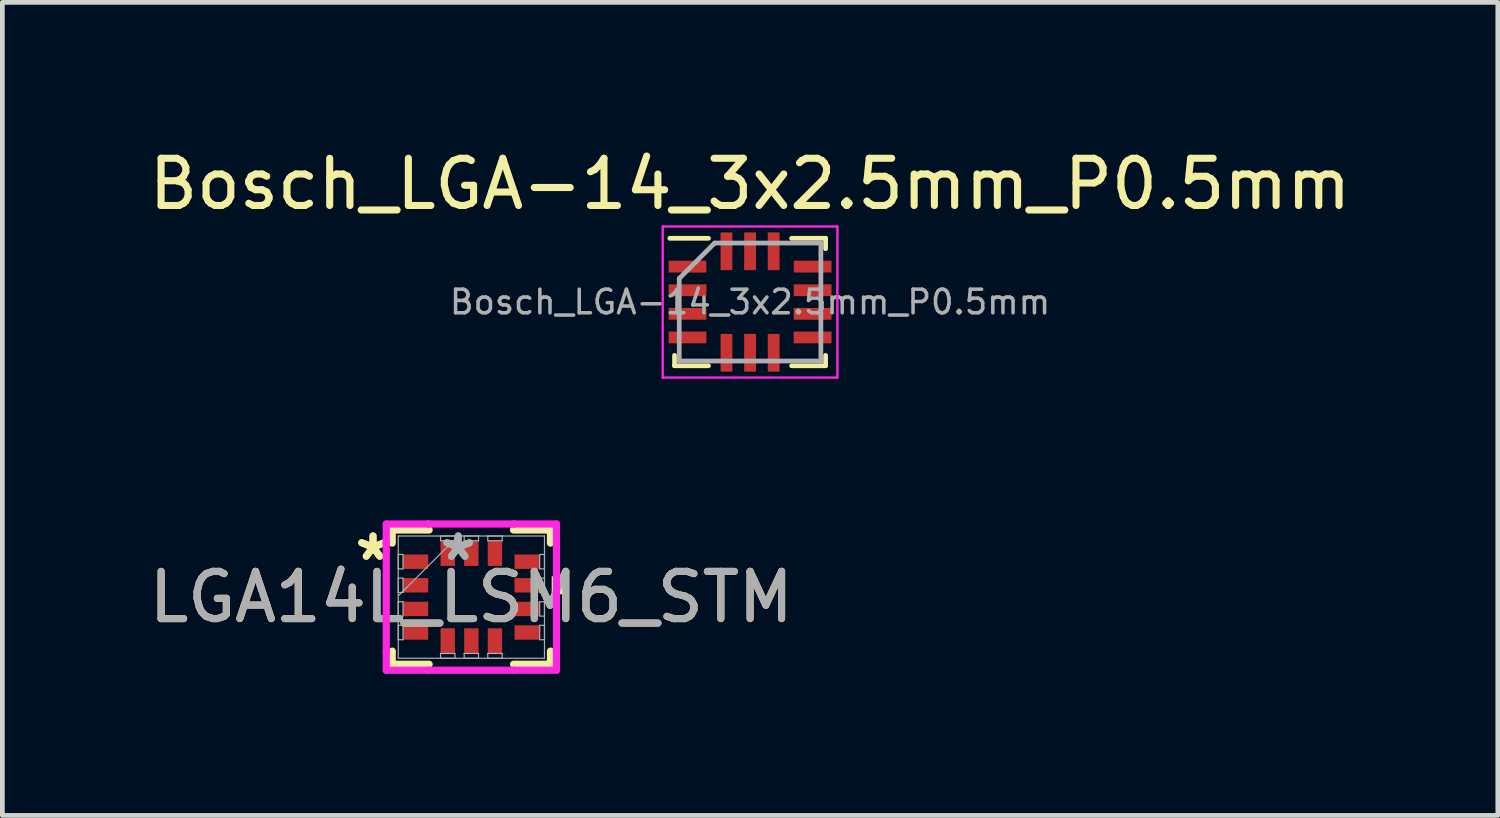
<source format=kicad_pcb>
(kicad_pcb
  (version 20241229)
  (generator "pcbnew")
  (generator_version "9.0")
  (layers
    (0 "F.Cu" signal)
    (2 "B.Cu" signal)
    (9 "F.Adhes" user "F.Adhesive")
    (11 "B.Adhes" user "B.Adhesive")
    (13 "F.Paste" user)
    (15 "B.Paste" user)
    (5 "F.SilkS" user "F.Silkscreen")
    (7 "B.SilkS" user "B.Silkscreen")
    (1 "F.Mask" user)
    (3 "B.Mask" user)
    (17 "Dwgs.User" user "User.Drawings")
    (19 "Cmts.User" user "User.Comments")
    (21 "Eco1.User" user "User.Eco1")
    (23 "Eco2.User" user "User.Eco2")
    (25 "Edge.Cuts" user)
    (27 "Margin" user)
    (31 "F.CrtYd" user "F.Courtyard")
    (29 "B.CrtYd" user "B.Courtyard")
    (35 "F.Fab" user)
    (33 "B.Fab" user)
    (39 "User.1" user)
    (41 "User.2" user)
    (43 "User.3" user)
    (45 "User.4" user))
  (footprint "Bosch_LGA-14_3x2.5mm_P0.5mm"
    (layer "F.Cu")
    (at 12.839 3.348)
    (property "Reference" "Bosch_LGA-14_3x2.5mm_P0.5mm" (at 0 -2.5 0) (layer "F.SilkS") (effects (font (size 1 1) (thickness 0.15))))
    (attr smd)
    (fp_line (start -1.7 -1.35) (end -0.88 -1.35) (stroke (width 0.1) (type solid)) (layer "F.SilkS"))
    (fp_line (start -1.6 1.35) (end -1.6 1.13) (stroke (width 0.1) (type solid)) (layer "F.SilkS"))
    (fp_line (start -1.6 1.35) (end -0.88 1.35) (stroke (width 0.1) (type solid)) (layer "F.SilkS"))
    (fp_line (start 0.88 -1.35) (end 1.6 -1.35) (stroke (width 0.1) (type solid)) (layer "F.SilkS"))
    (fp_line (start 1.6 -1.35) (end 1.6 -1.13) (stroke (width 0.1) (type solid)) (layer "F.SilkS"))
    (fp_line (start 1.6 1.13) (end 1.6 1.35) (stroke (width 0.1) (type solid)) (layer "F.SilkS"))
    (fp_line (start 1.6 1.35) (end 0.88 1.35) (stroke (width 0.1) (type solid)) (layer "F.SilkS"))
    (fp_line (start -1.85 -1.6) (end 1.85 -1.6) (stroke (width 0.05) (type solid)) (layer "F.CrtYd"))
    (fp_line (start -1.85 1.6) (end -1.85 -1.6) (stroke (width 0.05) (type solid)) (layer "F.CrtYd"))
    (fp_line (start 1.85 -1.6) (end 1.85 1.6) (stroke (width 0.05) (type solid)) (layer "F.CrtYd"))
    (fp_line (start 1.85 1.6) (end -1.85 1.6) (stroke (width 0.05) (type solid)) (layer "F.CrtYd"))
    (fp_line (start -1.5 1.25) (end -1.5 -0.5) (stroke (width 0.1) (type solid)) (layer "F.Fab"))
    (fp_line (start -0.75 -1.25) (end -1.5 -0.5) (stroke (width 0.1) (type solid)) (layer "F.Fab"))
    (fp_line (start -0.75 -1.25) (end 1.5 -1.25) (stroke (width 0.1) (type solid)) (layer "F.Fab"))
    (fp_line (start 1.5 -1.25) (end 1.5 1.25) (stroke (width 0.1) (type solid)) (layer "F.Fab"))
    (fp_line (start 1.5 1.25) (end -1.5 1.25) (stroke (width 0.1) (type solid)) (layer "F.Fab"))
    (fp_text user "${REFERENCE}" (at 0 0 0) (layer "F.Fab") (effects (font (size 0.5 0.5) (thickness 0.075))))
    (pad "1" smd rect (at -1.325 -0.75) (size 0.8 0.25) (layers "F.Cu" "F.Mask" "F.Paste"))
    (pad "2" smd rect (at -1.325 -0.25) (size 0.8 0.25) (layers "F.Cu" "F.Mask" "F.Paste"))
    (pad "3" smd rect (at -1.325 0.25) (size 0.8 0.25) (layers "F.Cu" "F.Mask" "F.Paste"))
    (pad "4" smd rect (at -1.325 0.75) (size 0.8 0.25) (layers "F.Cu" "F.Mask" "F.Paste"))
    (pad "5" smd rect (at -0.5 1.075) (size 0.25 0.8) (layers "F.Cu" "F.Mask" "F.Paste"))
    (pad "6" smd rect (at 0 1.075) (size 0.25 0.8) (layers "F.Cu" "F.Mask" "F.Paste"))
    (pad "7" smd rect (at 0.5 1.075) (size 0.25 0.8) (layers "F.Cu" "F.Mask" "F.Paste"))
    (pad "8" smd rect (at 1.325 0.75) (size 0.8 0.25) (layers "F.Cu" "F.Mask" "F.Paste"))
    (pad "9" smd rect (at 1.325 0.25) (size 0.8 0.25) (layers "F.Cu" "F.Mask" "F.Paste"))
    (pad "10" smd rect (at 1.325 -0.25) (size 0.8 0.25) (layers "F.Cu" "F.Mask" "F.Paste"))
    (pad "11" smd rect (at 1.325 -0.75) (size 0.8 0.25) (layers "F.Cu" "F.Mask" "F.Paste"))
    (pad "12" smd rect (at 0.5 -1.075) (size 0.25 0.8) (layers "F.Cu" "F.Mask" "F.Paste"))
    (pad "13" smd rect (at 0 -1.075) (size 0.25 0.8) (layers "F.Cu" "F.Mask" "F.Paste"))
    (pad "14" smd rect (at -0.5 -1.075) (size 0.25 0.8) (layers "F.Cu" "F.Mask" "F.Paste")))
  (footprint "LGA14L_LSM6_STM"
    (layer "F.Cu")
    (at 6.935 9.599)
    (property "Reference" "LGA14L_LSM6_STM" (at 0 0 0) (unlocked yes) (layer "F.SilkS") (effects (font (size 1 1) (thickness 0.15))))
    (attr smd)
    (fp_line (start -1.676 -1.422) (end -1.676 -1.144) (stroke (width 0.152) (type solid)) (layer "F.SilkS"))
    (fp_line (start -1.676 1.144) (end -1.676 1.422) (stroke (width 0.152) (type solid)) (layer "F.SilkS"))
    (fp_line (start -1.676 1.422) (end -0.894 1.422) (stroke (width 0.152) (type solid)) (layer "F.SilkS"))
    (fp_line (start -0.894 -1.422) (end -1.676 -1.422) (stroke (width 0.152) (type solid)) (layer "F.SilkS"))
    (fp_line (start 0.894 1.422) (end 1.676 1.422) (stroke (width 0.152) (type solid)) (layer "F.SilkS"))
    (fp_line (start 1.676 -1.422) (end 0.894 -1.422) (stroke (width 0.152) (type solid)) (layer "F.SilkS"))
    (fp_line (start 1.676 -1.144) (end 1.676 -1.422) (stroke (width 0.152) (type solid)) (layer "F.SilkS"))
    (fp_line (start 1.676 1.422) (end 1.676 1.144) (stroke (width 0.152) (type solid)) (layer "F.SilkS"))
    (fp_poly (pts (xy 1.956 -0.441) (xy 1.956 -0.06) (xy 1.702 -0.06) (xy 1.702 -0.441)) (stroke (width 0) (type solid)) (fill yes) (layer "F.SilkS"))
    (fp_line (start -1.803 -1.549) (end -0.907 -1.549) (stroke (width 0.152) (type solid)) (layer "F.CrtYd"))
    (fp_line (start -1.803 -1.157) (end -1.803 -1.549) (stroke (width 0.152) (type solid)) (layer "F.CrtYd"))
    (fp_line (start -1.803 -1.157) (end -1.803 -1.157) (stroke (width 0.152) (type solid)) (layer "F.CrtYd"))
    (fp_line (start -1.803 1.157) (end -1.803 -1.157) (stroke (width 0.152) (type solid)) (layer "F.CrtYd"))
    (fp_line (start -1.803 1.157) (end -1.803 1.157) (stroke (width 0.152) (type solid)) (layer "F.CrtYd"))
    (fp_line (start -1.803 1.549) (end -1.803 1.157) (stroke (width 0.152) (type solid)) (layer "F.CrtYd"))
    (fp_line (start -0.907 -1.549) (end -0.907 -1.549) (stroke (width 0.152) (type solid)) (layer "F.CrtYd"))
    (fp_line (start -0.907 -1.549) (end 0.907 -1.549) (stroke (width 0.152) (type solid)) (layer "F.CrtYd"))
    (fp_line (start -0.907 1.549) (end -1.803 1.549) (stroke (width 0.152) (type solid)) (layer "F.CrtYd"))
    (fp_line (start -0.907 1.549) (end -0.907 1.549) (stroke (width 0.152) (type solid)) (layer "F.CrtYd"))
    (fp_line (start 0.907 -1.549) (end 0.907 -1.549) (stroke (width 0.152) (type solid)) (layer "F.CrtYd"))
    (fp_line (start 0.907 -1.549) (end 1.803 -1.549) (stroke (width 0.152) (type solid)) (layer "F.CrtYd"))
    (fp_line (start 0.907 1.549) (end -0.907 1.549) (stroke (width 0.152) (type solid)) (layer "F.CrtYd"))
    (fp_line (start 0.907 1.549) (end 0.907 1.549) (stroke (width 0.152) (type solid)) (layer "F.CrtYd"))
    (fp_line (start 1.803 -1.549) (end 1.803 -1.157) (stroke (width 0.152) (type solid)) (layer "F.CrtYd"))
    (fp_line (start 1.803 -1.157) (end 1.803 -1.157) (stroke (width 0.152) (type solid)) (layer "F.CrtYd"))
    (fp_line (start 1.803 -1.157) (end 1.803 1.157) (stroke (width 0.152) (type solid)) (layer "F.CrtYd"))
    (fp_line (start 1.803 1.157) (end 1.803 1.157) (stroke (width 0.152) (type solid)) (layer "F.CrtYd"))
    (fp_line (start 1.803 1.157) (end 1.803 1.549) (stroke (width 0.152) (type solid)) (layer "F.CrtYd"))
    (fp_line (start 1.803 1.549) (end 0.907 1.549) (stroke (width 0.152) (type solid)) (layer "F.CrtYd"))
    (fp_line (start -1.549 -1.295) (end -1.549 1.295) (stroke (width 0.025) (type solid)) (layer "F.Fab"))
    (fp_line (start -1.549 -0.903) (end -1.448 -0.903) (stroke (width 0.025) (type solid)) (layer "F.Fab"))
    (fp_line (start -1.549 -0.598) (end -1.549 -0.903) (stroke (width 0.025) (type solid)) (layer "F.Fab"))
    (fp_line (start -1.549 -0.402) (end -1.448 -0.402) (stroke (width 0.025) (type solid)) (layer "F.Fab"))
    (fp_line (start -1.549 -0.098) (end -1.549 -0.402) (stroke (width 0.025) (type solid)) (layer "F.Fab"))
    (fp_line (start -1.549 -0.025) (end -0.279 -1.295) (stroke (width 0.025) (type solid)) (layer "F.Fab"))
    (fp_line (start -1.549 0.098) (end -1.448 0.098) (stroke (width 0.025) (type solid)) (layer "F.Fab"))
    (fp_line (start -1.549 0.402) (end -1.549 0.098) (stroke (width 0.025) (type solid)) (layer "F.Fab"))
    (fp_line (start -1.549 0.598) (end -1.448 0.598) (stroke (width 0.025) (type solid)) (layer "F.Fab"))
    (fp_line (start -1.549 0.903) (end -1.549 0.598) (stroke (width 0.025) (type solid)) (layer "F.Fab"))
    (fp_line (start -1.549 1.295) (end 1.549 1.295) (stroke (width 0.025) (type solid)) (layer "F.Fab"))
    (fp_line (start -1.448 -0.903) (end -1.448 -0.598) (stroke (width 0.025) (type solid)) (layer "F.Fab"))
    (fp_line (start -1.448 -0.598) (end -1.549 -0.598) (stroke (width 0.025) (type solid)) (layer "F.Fab"))
    (fp_line (start -1.448 -0.402) (end -1.448 -0.098) (stroke (width 0.025) (type solid)) (layer "F.Fab"))
    (fp_line (start -1.448 -0.098) (end -1.549 -0.098) (stroke (width 0.025) (type solid)) (layer "F.Fab"))
    (fp_line (start -1.448 0.098) (end -1.448 0.402) (stroke (width 0.025) (type solid)) (layer "F.Fab"))
    (fp_line (start -1.448 0.402) (end -1.549 0.402) (stroke (width 0.025) (type solid)) (layer "F.Fab"))
    (fp_line (start -1.448 0.598) (end -1.448 0.903) (stroke (width 0.025) (type solid)) (layer "F.Fab"))
    (fp_line (start -1.448 0.903) (end -1.549 0.903) (stroke (width 0.025) (type solid)) (layer "F.Fab"))
    (fp_line (start -0.653 -1.295) (end -0.348 -1.295) (stroke (width 0.025) (type solid)) (layer "F.Fab"))
    (fp_line (start -0.653 -1.194) (end -0.653 -1.295) (stroke (width 0.025) (type solid)) (layer "F.Fab"))
    (fp_line (start -0.653 1.194) (end -0.348 1.194) (stroke (width 0.025) (type solid)) (layer "F.Fab"))
    (fp_line (start -0.653 1.295) (end -0.653 1.194) (stroke (width 0.025) (type solid)) (layer "F.Fab"))
    (fp_line (start -0.348 -1.295) (end -0.348 -1.194) (stroke (width 0.025) (type solid)) (layer "F.Fab"))
    (fp_line (start -0.348 -1.194) (end -0.653 -1.194) (stroke (width 0.025) (type solid)) (layer "F.Fab"))
    (fp_line (start -0.348 1.194) (end -0.348 1.295) (stroke (width 0.025) (type solid)) (layer "F.Fab"))
    (fp_line (start -0.348 1.295) (end -0.653 1.295) (stroke (width 0.025) (type solid)) (layer "F.Fab"))
    (fp_line (start -0.152 -1.295) (end 0.152 -1.295) (stroke (width 0.025) (type solid)) (layer "F.Fab"))
    (fp_line (start -0.152 -1.194) (end -0.152 -1.295) (stroke (width 0.025) (type solid)) (layer "F.Fab"))
    (fp_line (start -0.152 1.194) (end 0.152 1.194) (stroke (width 0.025) (type solid)) (layer "F.Fab"))
    (fp_line (start -0.152 1.295) (end -0.152 1.194) (stroke (width 0.025) (type solid)) (layer "F.Fab"))
    (fp_line (start 0.152 -1.295) (end 0.152 -1.194) (stroke (width 0.025) (type solid)) (layer "F.Fab"))
    (fp_line (start 0.152 -1.194) (end -0.152 -1.194) (stroke (width 0.025) (type solid)) (layer "F.Fab"))
    (fp_line (start 0.152 1.194) (end 0.152 1.295) (stroke (width 0.025) (type solid)) (layer "F.Fab"))
    (fp_line (start 0.152 1.295) (end -0.152 1.295) (stroke (width 0.025) (type solid)) (layer "F.Fab"))
    (fp_line (start 0.348 -1.295) (end 0.653 -1.295) (stroke (width 0.025) (type solid)) (layer "F.Fab"))
    (fp_line (start 0.348 -1.194) (end 0.348 -1.295) (stroke (width 0.025) (type solid)) (layer "F.Fab"))
    (fp_line (start 0.348 1.194) (end 0.653 1.194) (stroke (width 0.025) (type solid)) (layer "F.Fab"))
    (fp_line (start 0.348 1.295) (end 0.348 1.194) (stroke (width 0.025) (type solid)) (layer "F.Fab"))
    (fp_line (start 0.653 -1.295) (end 0.653 -1.194) (stroke (width 0.025) (type solid)) (layer "F.Fab"))
    (fp_line (start 0.653 -1.194) (end 0.348 -1.194) (stroke (width 0.025) (type solid)) (layer "F.Fab"))
    (fp_line (start 0.653 1.194) (end 0.653 1.295) (stroke (width 0.025) (type solid)) (layer "F.Fab"))
    (fp_line (start 0.653 1.295) (end 0.348 1.295) (stroke (width 0.025) (type solid)) (layer "F.Fab"))
    (fp_line (start 1.448 -0.903) (end 1.549 -0.903) (stroke (width 0.025) (type solid)) (layer "F.Fab"))
    (fp_line (start 1.448 -0.598) (end 1.448 -0.903) (stroke (width 0.025) (type solid)) (layer "F.Fab"))
    (fp_line (start 1.448 -0.402) (end 1.549 -0.402) (stroke (width 0.025) (type solid)) (layer "F.Fab"))
    (fp_line (start 1.448 -0.098) (end 1.448 -0.402) (stroke (width 0.025) (type solid)) (layer "F.Fab"))
    (fp_line (start 1.448 0.098) (end 1.549 0.098) (stroke (width 0.025) (type solid)) (layer "F.Fab"))
    (fp_line (start 1.448 0.402) (end 1.448 0.098) (stroke (width 0.025) (type solid)) (layer "F.Fab"))
    (fp_line (start 1.448 0.598) (end 1.549 0.598) (stroke (width 0.025) (type solid)) (layer "F.Fab"))
    (fp_line (start 1.448 0.903) (end 1.448 0.598) (stroke (width 0.025) (type solid)) (layer "F.Fab"))
    (fp_line (start 1.549 -1.295) (end -1.549 -1.295) (stroke (width 0.025) (type solid)) (layer "F.Fab"))
    (fp_line (start 1.549 -0.903) (end 1.549 -0.598) (stroke (width 0.025) (type solid)) (layer "F.Fab"))
    (fp_line (start 1.549 -0.598) (end 1.448 -0.598) (stroke (width 0.025) (type solid)) (layer "F.Fab"))
    (fp_line (start 1.549 -0.402) (end 1.549 -0.098) (stroke (width 0.025) (type solid)) (layer "F.Fab"))
    (fp_line (start 1.549 -0.098) (end 1.448 -0.098) (stroke (width 0.025) (type solid)) (layer "F.Fab"))
    (fp_line (start 1.549 0.098) (end 1.549 0.402) (stroke (width 0.025) (type solid)) (layer "F.Fab"))
    (fp_line (start 1.549 0.402) (end 1.448 0.402) (stroke (width 0.025) (type solid)) (layer "F.Fab"))
    (fp_line (start 1.549 0.598) (end 1.549 0.903) (stroke (width 0.025) (type solid)) (layer "F.Fab"))
    (fp_line (start 1.549 0.903) (end 1.448 0.903) (stroke (width 0.025) (type solid)) (layer "F.Fab"))
    (fp_line (start 1.549 1.295) (end 1.549 -1.295) (stroke (width 0.025) (type solid)) (layer "F.Fab"))
    (fp_text user "*" (at -2.083 -0.75 0) (layer "F.SilkS") (effects (font (size 1 1) (thickness 0.15))))
    (fp_text user "*" (at -2.083 -0.75 0) (unlocked yes) (layer "F.SilkS") (effects (font (size 1 1) (thickness 0.15))))
    (fp_text user "*" (at -0.279 -0.75 0) (layer "F.Fab") (effects (font (size 1 1) (thickness 0.15))))
    (fp_text user "*" (at -0.279 -0.75 0) (unlocked yes) (layer "F.Fab") (effects (font (size 1 1) (thickness 0.15))))
    (fp_text user "${REFERENCE}" (at 0 0 0) (unlocked yes) (layer "F.Fab") (effects (font (size 1 1) (thickness 0.15))))
    (pad "1" smd rect (at -1.181 -0.75 90) (size 0.305 0.533) (layers "F.Cu" "F.Mask" "F.Paste"))
    (pad "2" smd rect (at -1.181 -0.25 90) (size 0.305 0.533) (layers "F.Cu" "F.Mask" "F.Paste"))
    (pad "3" smd rect (at -1.181 0.25 90) (size 0.305 0.533) (layers "F.Cu" "F.Mask" "F.Paste"))
    (pad "4" smd rect (at -1.181 0.75 90) (size 0.305 0.533) (layers "F.Cu" "F.Mask" "F.Paste"))
    (pad "5" smd rect (at -0.5 0.927) (size 0.305 0.533) (layers "F.Cu" "F.Mask" "F.Paste"))
    (pad "6" smd rect (at 0 0.927) (size 0.305 0.533) (layers "F.Cu" "F.Mask" "F.Paste"))
    (pad "7" smd rect (at 0.5 0.927) (size 0.305 0.533) (layers "F.Cu" "F.Mask" "F.Paste"))
    (pad "8" smd rect (at 1.181 0.75 90) (size 0.305 0.533) (layers "F.Cu" "F.Mask" "F.Paste"))
    (pad "9" smd rect (at 1.181 0.25 90) (size 0.305 0.533) (layers "F.Cu" "F.Mask" "F.Paste"))
    (pad "10" smd rect (at 1.181 -0.25 90) (size 0.305 0.533) (layers "F.Cu" "F.Mask" "F.Paste"))
    (pad "11" smd rect (at 1.181 -0.75 90) (size 0.305 0.533) (layers "F.Cu" "F.Mask" "F.Paste"))
    (pad "12" smd rect (at 0.5 -0.927) (size 0.305 0.533) (layers "F.Cu" "F.Mask" "F.Paste"))
    (pad "13" smd rect (at 0 -0.927) (size 0.305 0.533) (layers "F.Cu" "F.Mask" "F.Paste"))
    (pad "14" smd rect (at -0.5 -0.927) (size 0.305 0.533) (layers "F.Cu" "F.Mask" "F.Paste")))
  (gr_rect
    (start -3 -3)
    (end 28.679 14.224)
    (stroke (width 0.1) (type default))
    (fill no)
    (layer "Edge.Cuts")))
</source>
